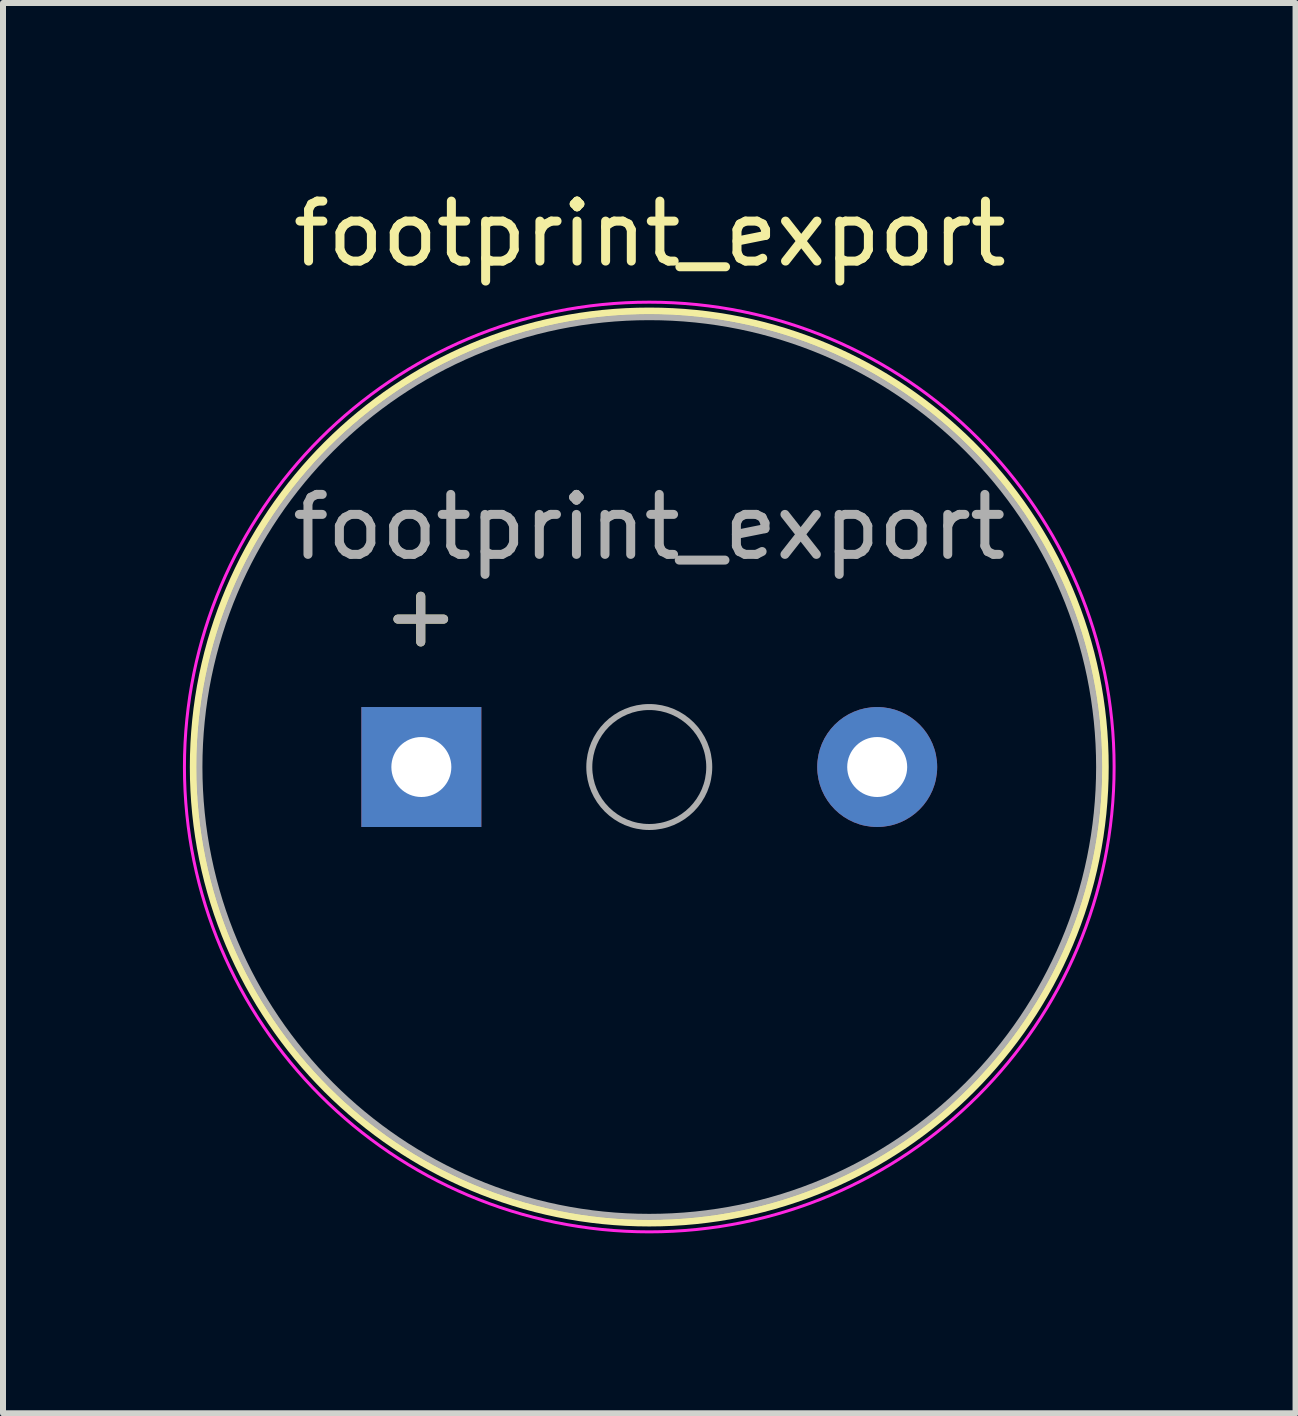
<source format=kicad_pcb>
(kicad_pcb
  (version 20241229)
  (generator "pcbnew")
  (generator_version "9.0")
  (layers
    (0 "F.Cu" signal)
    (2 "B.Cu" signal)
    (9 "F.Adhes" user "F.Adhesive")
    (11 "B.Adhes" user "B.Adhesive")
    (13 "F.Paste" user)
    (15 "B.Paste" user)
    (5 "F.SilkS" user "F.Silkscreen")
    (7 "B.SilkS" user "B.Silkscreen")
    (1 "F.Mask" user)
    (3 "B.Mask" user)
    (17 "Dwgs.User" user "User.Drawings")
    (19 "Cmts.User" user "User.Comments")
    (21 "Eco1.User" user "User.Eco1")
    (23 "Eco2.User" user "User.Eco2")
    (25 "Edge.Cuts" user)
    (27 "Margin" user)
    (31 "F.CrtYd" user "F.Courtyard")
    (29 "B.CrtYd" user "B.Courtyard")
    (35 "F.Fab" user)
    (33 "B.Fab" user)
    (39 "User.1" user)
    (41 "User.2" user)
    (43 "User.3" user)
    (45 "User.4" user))
  (footprint "footprint_export"
    (layer "F.Cu")
    (at 3.975 9.738)
    (property "Reference" "footprint_export" (at 3.81 -8.89 0) (layer "F.SilkS") (effects (font (size 1 1) (thickness 0.15))))
    (attr through_hole)
    (fp_circle (center 3.8 0) (end 11.4 0) (stroke (width 0.12) (type solid)) (fill no) (layer "F.SilkS"))
    (fp_circle (center 3.8 0) (end 11.55 0) (stroke (width 0.05) (type solid)) (fill no) (layer "F.CrtYd"))
    (fp_circle (center 3.8 0) (end 4.8 0) (stroke (width 0.1) (type solid)) (fill no) (layer "F.Fab"))
    (fp_circle (center 3.8 0) (end 11.3 0) (stroke (width 0.1) (type solid)) (fill no) (layer "F.Fab"))
    (fp_text user "+" (at -0.01 -2.54 0) (layer "F.SilkS") (effects (font (size 1 1) (thickness 0.15))))
    (fp_text user "${REFERENCE}" (at 3.8 -4 0) (layer "F.Fab") (effects (font (size 1 1) (thickness 0.15))))
    (fp_text user "+" (at -0.01 -2.54 0) (layer "F.Fab") (effects (font (size 1 1) (thickness 0.15))))
    (pad "1" thru_hole rect (at 0 0) (size 2 2) (drill 1) (layers "*.Cu" "*.Mask"))
    (pad "2" thru_hole circle (at 7.6 0) (size 2 2) (drill 1) (layers "*.Cu" "*.Mask")))
  (gr_rect
    (start -3 -3)
    (end 18.55 20.513)
    (stroke (width 0.1) (type default))
    (fill no)
    (layer "Edge.Cuts")))
</source>
